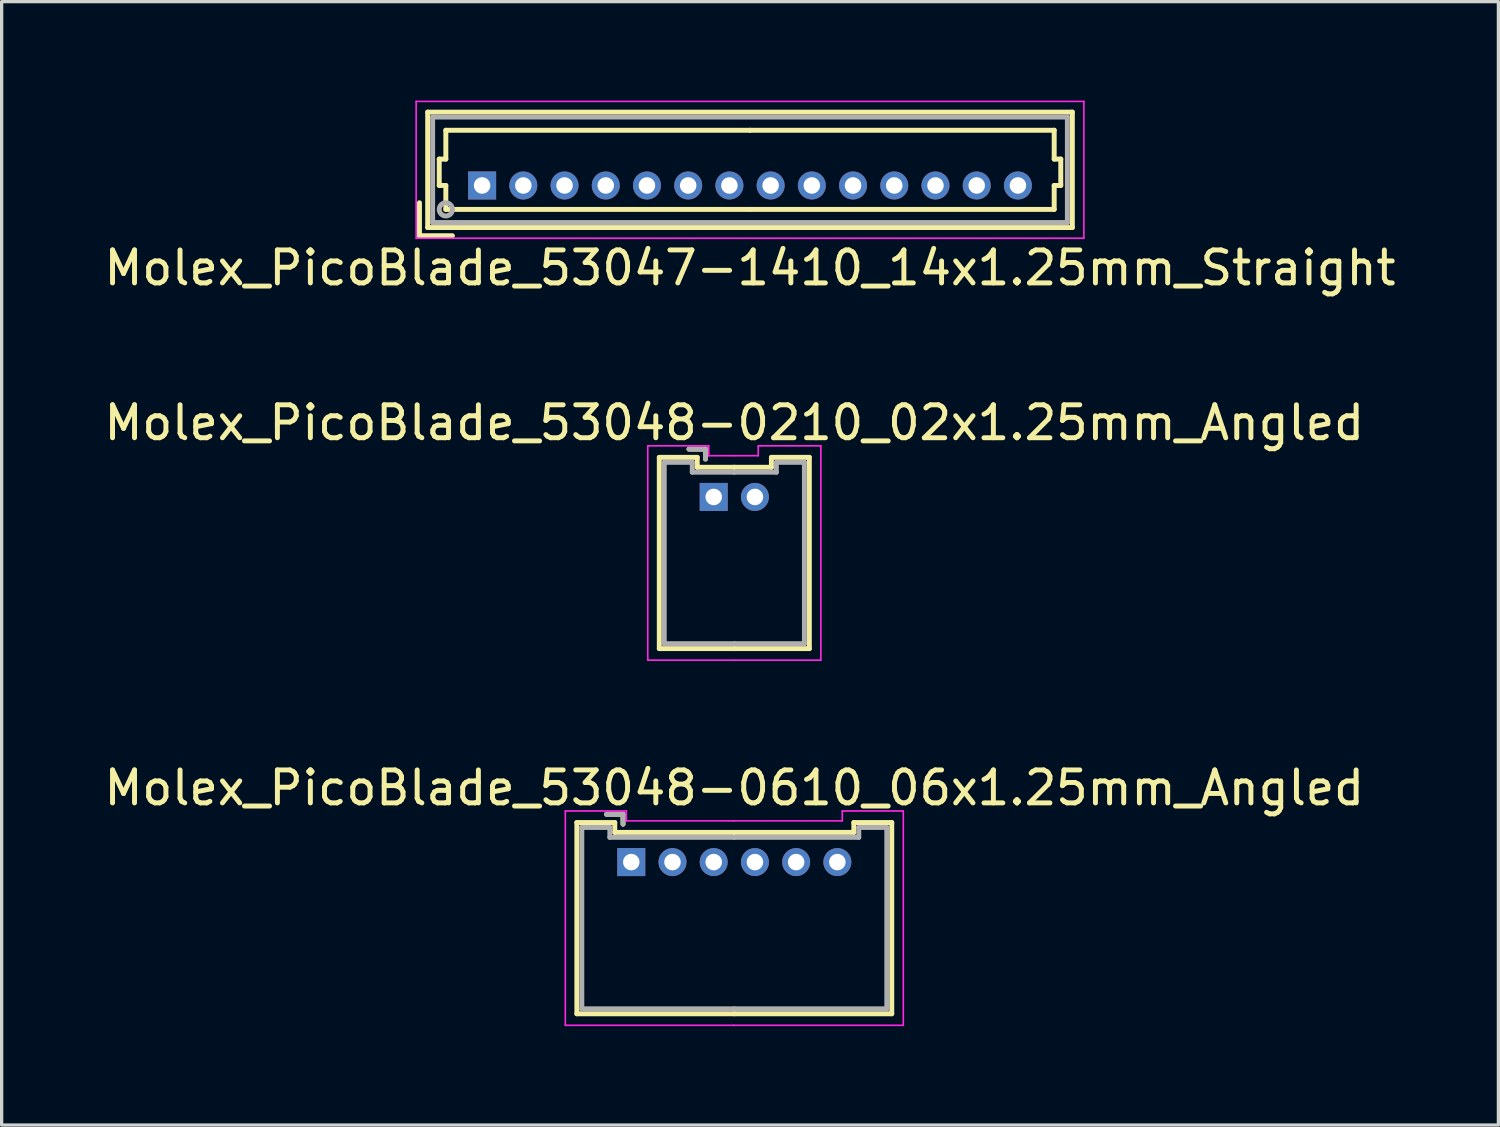
<source format=kicad_pcb>
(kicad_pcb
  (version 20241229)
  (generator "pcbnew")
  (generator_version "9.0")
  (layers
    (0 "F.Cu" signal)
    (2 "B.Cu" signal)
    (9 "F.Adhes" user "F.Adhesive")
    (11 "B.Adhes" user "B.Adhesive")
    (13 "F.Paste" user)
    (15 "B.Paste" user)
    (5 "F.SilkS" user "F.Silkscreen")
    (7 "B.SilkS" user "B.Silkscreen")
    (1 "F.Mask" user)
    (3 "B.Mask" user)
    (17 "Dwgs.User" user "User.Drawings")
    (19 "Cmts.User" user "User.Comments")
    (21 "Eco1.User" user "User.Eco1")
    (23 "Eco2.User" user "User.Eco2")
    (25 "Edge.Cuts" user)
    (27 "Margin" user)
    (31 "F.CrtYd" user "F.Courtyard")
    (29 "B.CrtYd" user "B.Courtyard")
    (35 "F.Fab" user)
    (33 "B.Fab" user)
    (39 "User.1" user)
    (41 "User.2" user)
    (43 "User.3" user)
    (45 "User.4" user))
  (footprint "Molex_PicoBlade_53048-0210_02x1.25mm_Angled"
    (layer "F.Cu")
    (at 18.595 12.021)
    (property "Reference" "Molex_PicoBlade_53048-0210_02x1.25mm_Angled" (at 0.625 -2.25 0) (layer "F.SilkS") (effects (font (size 1 1) (thickness 0.15))))
    (attr through_hole)
    (fp_line (start -1.65 -1.2) (end -1.65 4.6) (stroke (width 0.15) (type solid)) (layer "F.SilkS"))
    (fp_line (start -1.65 4.6) (end 0.625 4.6) (stroke (width 0.15) (type solid)) (layer "F.SilkS"))
    (fp_line (start -0.5 -1.2) (end -1.65 -1.2) (stroke (width 0.15) (type solid)) (layer "F.SilkS"))
    (fp_line (start -0.5 -0.9) (end -0.5 -1.2) (stroke (width 0.15) (type solid)) (layer "F.SilkS"))
    (fp_line (start -0.25 -1.45) (end -0.75 -1.45) (stroke (width 0.15) (type solid)) (layer "F.SilkS"))
    (fp_line (start -0.25 -1.15) (end -0.25 -1.45) (stroke (width 0.15) (type solid)) (layer "F.SilkS"))
    (fp_line (start 0.625 -0.9) (end -0.5 -0.9) (stroke (width 0.15) (type solid)) (layer "F.SilkS"))
    (fp_line (start 0.625 -0.9) (end 1.75 -0.9) (stroke (width 0.15) (type solid)) (layer "F.SilkS"))
    (fp_line (start 1.75 -1.2) (end 2.9 -1.2) (stroke (width 0.15) (type solid)) (layer "F.SilkS"))
    (fp_line (start 1.75 -0.9) (end 1.75 -1.2) (stroke (width 0.15) (type solid)) (layer "F.SilkS"))
    (fp_line (start 2.9 -1.2) (end 2.9 4.6) (stroke (width 0.15) (type solid)) (layer "F.SilkS"))
    (fp_line (start 2.9 4.6) (end 0.625 4.6) (stroke (width 0.15) (type solid)) (layer "F.SilkS"))
    (fp_line (start -2 -1.55) (end -2 4.95) (stroke (width 0.05) (type solid)) (layer "F.CrtYd"))
    (fp_line (start -2 4.95) (end 0.6 4.95) (stroke (width 0.05) (type solid)) (layer "F.CrtYd"))
    (fp_line (start -0.15 -1.55) (end -2 -1.55) (stroke (width 0.05) (type solid)) (layer "F.CrtYd"))
    (fp_line (start -0.15 -1.25) (end -0.15 -1.55) (stroke (width 0.05) (type solid)) (layer "F.CrtYd"))
    (fp_line (start 0.6 -1.25) (end -0.15 -1.25) (stroke (width 0.05) (type solid)) (layer "F.CrtYd"))
    (fp_line (start 0.6 -1.25) (end 1.35 -1.25) (stroke (width 0.05) (type solid)) (layer "F.CrtYd"))
    (fp_line (start 1.35 -1.55) (end 3.25 -1.55) (stroke (width 0.05) (type solid)) (layer "F.CrtYd"))
    (fp_line (start 1.35 -1.25) (end 1.35 -1.55) (stroke (width 0.05) (type solid)) (layer "F.CrtYd"))
    (fp_line (start 3.25 -1.55) (end 3.25 4.95) (stroke (width 0.05) (type solid)) (layer "F.CrtYd"))
    (fp_line (start 3.25 4.95) (end 0.6 4.95) (stroke (width 0.05) (type solid)) (layer "F.CrtYd"))
    (fp_line (start -1.5 -1.05) (end -1.5 4.45) (stroke (width 0.15) (type solid)) (layer "F.Fab"))
    (fp_line (start -1.5 4.45) (end 0.625 4.45) (stroke (width 0.15) (type solid)) (layer "F.Fab"))
    (fp_line (start -0.65 -1.05) (end -1.5 -1.05) (stroke (width 0.15) (type solid)) (layer "F.Fab"))
    (fp_line (start -0.65 -0.75) (end -0.65 -1.05) (stroke (width 0.15) (type solid)) (layer "F.Fab"))
    (fp_line (start -0.25 -1.45) (end -0.75 -1.45) (stroke (width 0.15) (type solid)) (layer "F.Fab"))
    (fp_line (start -0.25 -1.15) (end -0.25 -1.45) (stroke (width 0.15) (type solid)) (layer "F.Fab"))
    (fp_line (start 0.625 -0.75) (end -0.65 -0.75) (stroke (width 0.15) (type solid)) (layer "F.Fab"))
    (fp_line (start 0.625 -0.75) (end 1.9 -0.75) (stroke (width 0.15) (type solid)) (layer "F.Fab"))
    (fp_line (start 1.9 -1.05) (end 2.75 -1.05) (stroke (width 0.15) (type solid)) (layer "F.Fab"))
    (fp_line (start 1.9 -0.75) (end 1.9 -1.05) (stroke (width 0.15) (type solid)) (layer "F.Fab"))
    (fp_line (start 2.75 -1.05) (end 2.75 4.45) (stroke (width 0.15) (type solid)) (layer "F.Fab"))
    (fp_line (start 2.75 4.45) (end 0.625 4.45) (stroke (width 0.15) (type solid)) (layer "F.Fab"))
    (pad "1" thru_hole rect (at 0 0) (size 0.85 0.85) (drill 0.5) (layers "*.Cu" "*.Mask"))
    (pad "2" thru_hole circle (at 1.25 0) (size 0.85 0.85) (drill 0.5) (layers "*.Cu" "*.Mask")))
  (footprint "Molex_PicoBlade_53048-0610_06x1.25mm_Angled"
    (layer "F.Cu")
    (at 16.095 23.095)
    (property "Reference" "Molex_PicoBlade_53048-0610_06x1.25mm_Angled" (at 3.125 -2.25 0) (layer "F.SilkS") (effects (font (size 1 1) (thickness 0.15))))
    (attr through_hole)
    (fp_line (start -1.65 -1.2) (end -1.65 4.6) (stroke (width 0.15) (type solid)) (layer "F.SilkS"))
    (fp_line (start -1.65 4.6) (end 3.125 4.6) (stroke (width 0.15) (type solid)) (layer "F.SilkS"))
    (fp_line (start -0.5 -1.2) (end -1.65 -1.2) (stroke (width 0.15) (type solid)) (layer "F.SilkS"))
    (fp_line (start -0.5 -0.9) (end -0.5 -1.2) (stroke (width 0.15) (type solid)) (layer "F.SilkS"))
    (fp_line (start -0.25 -1.45) (end -0.75 -1.45) (stroke (width 0.15) (type solid)) (layer "F.SilkS"))
    (fp_line (start -0.25 -1.15) (end -0.25 -1.45) (stroke (width 0.15) (type solid)) (layer "F.SilkS"))
    (fp_line (start 3.125 -0.9) (end -0.5 -0.9) (stroke (width 0.15) (type solid)) (layer "F.SilkS"))
    (fp_line (start 3.125 -0.9) (end 6.75 -0.9) (stroke (width 0.15) (type solid)) (layer "F.SilkS"))
    (fp_line (start 6.75 -1.2) (end 7.9 -1.2) (stroke (width 0.15) (type solid)) (layer "F.SilkS"))
    (fp_line (start 6.75 -0.9) (end 6.75 -1.2) (stroke (width 0.15) (type solid)) (layer "F.SilkS"))
    (fp_line (start 7.9 -1.2) (end 7.9 4.6) (stroke (width 0.15) (type solid)) (layer "F.SilkS"))
    (fp_line (start 7.9 4.6) (end 3.125 4.6) (stroke (width 0.15) (type solid)) (layer "F.SilkS"))
    (fp_line (start -2 -1.55) (end -2 4.95) (stroke (width 0.05) (type solid)) (layer "F.CrtYd"))
    (fp_line (start -2 4.95) (end 3.1 4.95) (stroke (width 0.05) (type solid)) (layer "F.CrtYd"))
    (fp_line (start -0.15 -1.55) (end -2 -1.55) (stroke (width 0.05) (type solid)) (layer "F.CrtYd"))
    (fp_line (start -0.15 -1.25) (end -0.15 -1.55) (stroke (width 0.05) (type solid)) (layer "F.CrtYd"))
    (fp_line (start 3.1 -1.25) (end -0.15 -1.25) (stroke (width 0.05) (type solid)) (layer "F.CrtYd"))
    (fp_line (start 3.1 -1.25) (end 6.4 -1.25) (stroke (width 0.05) (type solid)) (layer "F.CrtYd"))
    (fp_line (start 6.4 -1.55) (end 8.25 -1.55) (stroke (width 0.05) (type solid)) (layer "F.CrtYd"))
    (fp_line (start 6.4 -1.25) (end 6.4 -1.55) (stroke (width 0.05) (type solid)) (layer "F.CrtYd"))
    (fp_line (start 8.25 -1.55) (end 8.25 4.95) (stroke (width 0.05) (type solid)) (layer "F.CrtYd"))
    (fp_line (start 8.25 4.95) (end 3.1 4.95) (stroke (width 0.05) (type solid)) (layer "F.CrtYd"))
    (fp_line (start -1.5 -1.05) (end -1.5 4.45) (stroke (width 0.15) (type solid)) (layer "F.Fab"))
    (fp_line (start -1.5 4.45) (end 3.125 4.45) (stroke (width 0.15) (type solid)) (layer "F.Fab"))
    (fp_line (start -0.65 -1.05) (end -1.5 -1.05) (stroke (width 0.15) (type solid)) (layer "F.Fab"))
    (fp_line (start -0.65 -0.75) (end -0.65 -1.05) (stroke (width 0.15) (type solid)) (layer "F.Fab"))
    (fp_line (start -0.25 -1.45) (end -0.75 -1.45) (stroke (width 0.15) (type solid)) (layer "F.Fab"))
    (fp_line (start -0.25 -1.15) (end -0.25 -1.45) (stroke (width 0.15) (type solid)) (layer "F.Fab"))
    (fp_line (start 3.125 -0.75) (end -0.65 -0.75) (stroke (width 0.15) (type solid)) (layer "F.Fab"))
    (fp_line (start 3.125 -0.75) (end 6.9 -0.75) (stroke (width 0.15) (type solid)) (layer "F.Fab"))
    (fp_line (start 6.9 -1.05) (end 7.75 -1.05) (stroke (width 0.15) (type solid)) (layer "F.Fab"))
    (fp_line (start 6.9 -0.75) (end 6.9 -1.05) (stroke (width 0.15) (type solid)) (layer "F.Fab"))
    (fp_line (start 7.75 -1.05) (end 7.75 4.45) (stroke (width 0.15) (type solid)) (layer "F.Fab"))
    (fp_line (start 7.75 4.45) (end 3.125 4.45) (stroke (width 0.15) (type solid)) (layer "F.Fab"))
    (pad "1" thru_hole rect (at 0 0) (size 0.85 0.85) (drill 0.5) (layers "*.Cu" "*.Mask"))
    (pad "2" thru_hole circle (at 1.25 0) (size 0.85 0.85) (drill 0.5) (layers "*.Cu" "*.Mask"))
    (pad "3" thru_hole circle (at 2.5 0) (size 0.85 0.85) (drill 0.5) (layers "*.Cu" "*.Mask"))
    (pad "4" thru_hole circle (at 3.75 0) (size 0.85 0.85) (drill 0.5) (layers "*.Cu" "*.Mask"))
    (pad "5" thru_hole circle (at 5 0) (size 0.85 0.85) (drill 0.5) (layers "*.Cu" "*.Mask"))
    (pad "6" thru_hole circle (at 6.25 0) (size 0.85 0.85) (drill 0.5) (layers "*.Cu" "*.Mask")))
  (footprint "Molex_PicoBlade_53047-1410_14x1.25mm_Straight"
    (layer "F.Cu")
    (at 11.571 2.575)
    (property "Reference" "Molex_PicoBlade_53047-1410_14x1.25mm_Straight" (at 8.125 2.5 0) (layer "F.SilkS") (effects (font (size 1 1) (thickness 0.15))))
    (attr through_hole)
    (fp_line (start -1.9 1.525) (end -1.9 0.525) (stroke (width 0.15) (type solid)) (layer "F.SilkS"))
    (fp_line (start -1.9 1.525) (end -0.9 1.525) (stroke (width 0.15) (type solid)) (layer "F.SilkS"))
    (fp_line (start -1.65 -2.225) (end -1.65 1.275) (stroke (width 0.15) (type solid)) (layer "F.SilkS"))
    (fp_line (start -1.65 1.275) (end 17.9 1.275) (stroke (width 0.15) (type solid)) (layer "F.SilkS"))
    (fp_line (start -1.3 -0.8) (end -1.1 -0.8) (stroke (width 0.15) (type solid)) (layer "F.SilkS"))
    (fp_line (start -1.3 0) (end -1.3 -0.8) (stroke (width 0.15) (type solid)) (layer "F.SilkS"))
    (fp_line (start -1.1 -1.675) (end 8.125 -1.675) (stroke (width 0.15) (type solid)) (layer "F.SilkS"))
    (fp_line (start -1.1 -0.8) (end -1.1 -1.675) (stroke (width 0.15) (type solid)) (layer "F.SilkS"))
    (fp_line (start -1.1 0) (end -1.3 0) (stroke (width 0.15) (type solid)) (layer "F.SilkS"))
    (fp_line (start -1.1 0.725) (end -1.1 0) (stroke (width 0.15) (type solid)) (layer "F.SilkS"))
    (fp_line (start 8.125 0.725) (end -1.1 0.725) (stroke (width 0.15) (type solid)) (layer "F.SilkS"))
    (fp_line (start 8.125 0.725) (end 17.35 0.725) (stroke (width 0.15) (type solid)) (layer "F.SilkS"))
    (fp_line (start 17.35 -1.675) (end 8.125 -1.675) (stroke (width 0.15) (type solid)) (layer "F.SilkS"))
    (fp_line (start 17.35 -0.8) (end 17.35 -1.675) (stroke (width 0.15) (type solid)) (layer "F.SilkS"))
    (fp_line (start 17.35 0) (end 17.55 0) (stroke (width 0.15) (type solid)) (layer "F.SilkS"))
    (fp_line (start 17.35 0.725) (end 17.35 0) (stroke (width 0.15) (type solid)) (layer "F.SilkS"))
    (fp_line (start 17.55 -0.8) (end 17.35 -0.8) (stroke (width 0.15) (type solid)) (layer "F.SilkS"))
    (fp_line (start 17.55 0) (end 17.55 -0.8) (stroke (width 0.15) (type solid)) (layer "F.SilkS"))
    (fp_line (start 17.9 -2.225) (end -1.65 -2.225) (stroke (width 0.15) (type solid)) (layer "F.SilkS"))
    (fp_line (start 17.9 1.275) (end 17.9 -2.225) (stroke (width 0.15) (type solid)) (layer "F.SilkS"))
    (fp_line (start -2 -2.55) (end -2 1.6) (stroke (width 0.05) (type solid)) (layer "F.CrtYd"))
    (fp_line (start -2 1.6) (end 18.25 1.6) (stroke (width 0.05) (type solid)) (layer "F.CrtYd"))
    (fp_line (start 18.25 -2.55) (end -2 -2.55) (stroke (width 0.05) (type solid)) (layer "F.CrtYd"))
    (fp_line (start 18.25 1.6) (end 18.25 -2.55) (stroke (width 0.05) (type solid)) (layer "F.CrtYd"))
    (fp_line (start -1.5 -2.075) (end -1.5 1.125) (stroke (width 0.15) (type solid)) (layer "F.Fab"))
    (fp_line (start -1.5 1.125) (end 17.75 1.125) (stroke (width 0.15) (type solid)) (layer "F.Fab"))
    (fp_line (start 17.75 -2.075) (end -1.5 -2.075) (stroke (width 0.15) (type solid)) (layer "F.Fab"))
    (fp_line (start 17.75 1.125) (end 17.75 -2.075) (stroke (width 0.15) (type solid)) (layer "F.Fab"))
    (fp_circle (center -1.1 0.725) (end -0.9 0.725) (stroke (width 0.15) (type solid)) (fill no) (layer "F.Fab"))
    (pad "1" thru_hole rect (at 0 0) (size 0.85 0.85) (drill 0.5) (layers "*.Cu" "*.Mask"))
    (pad "2" thru_hole circle (at 1.25 0) (size 0.85 0.85) (drill 0.5) (layers "*.Cu" "*.Mask"))
    (pad "3" thru_hole circle (at 2.5 0) (size 0.85 0.85) (drill 0.5) (layers "*.Cu" "*.Mask"))
    (pad "4" thru_hole circle (at 3.75 0) (size 0.85 0.85) (drill 0.5) (layers "*.Cu" "*.Mask"))
    (pad "5" thru_hole circle (at 5 0) (size 0.85 0.85) (drill 0.5) (layers "*.Cu" "*.Mask"))
    (pad "6" thru_hole circle (at 6.25 0) (size 0.85 0.85) (drill 0.5) (layers "*.Cu" "*.Mask"))
    (pad "7" thru_hole circle (at 7.5 0) (size 0.85 0.85) (drill 0.5) (layers "*.Cu" "*.Mask"))
    (pad "8" thru_hole circle (at 8.75 0) (size 0.85 0.85) (drill 0.5) (layers "*.Cu" "*.Mask"))
    (pad "9" thru_hole circle (at 10 0) (size 0.85 0.85) (drill 0.5) (layers "*.Cu" "*.Mask"))
    (pad "10" thru_hole circle (at 11.25 0) (size 0.85 0.85) (drill 0.5) (layers "*.Cu" "*.Mask"))
    (pad "11" thru_hole circle (at 12.5 0) (size 0.85 0.85) (drill 0.5) (layers "*.Cu" "*.Mask"))
    (pad "12" thru_hole circle (at 13.75 0) (size 0.85 0.85) (drill 0.5) (layers "*.Cu" "*.Mask"))
    (pad "13" thru_hole circle (at 15 0) (size 0.85 0.85) (drill 0.5) (layers "*.Cu" "*.Mask"))
    (pad "14" thru_hole circle (at 16.25 0) (size 0.85 0.85) (drill 0.5) (layers "*.Cu" "*.Mask")))
  (gr_rect
    (start -3 -3)
    (end 42.393 31.07)
    (stroke (width 0.1) (type default))
    (fill no)
    (layer "Edge.Cuts")))
</source>
